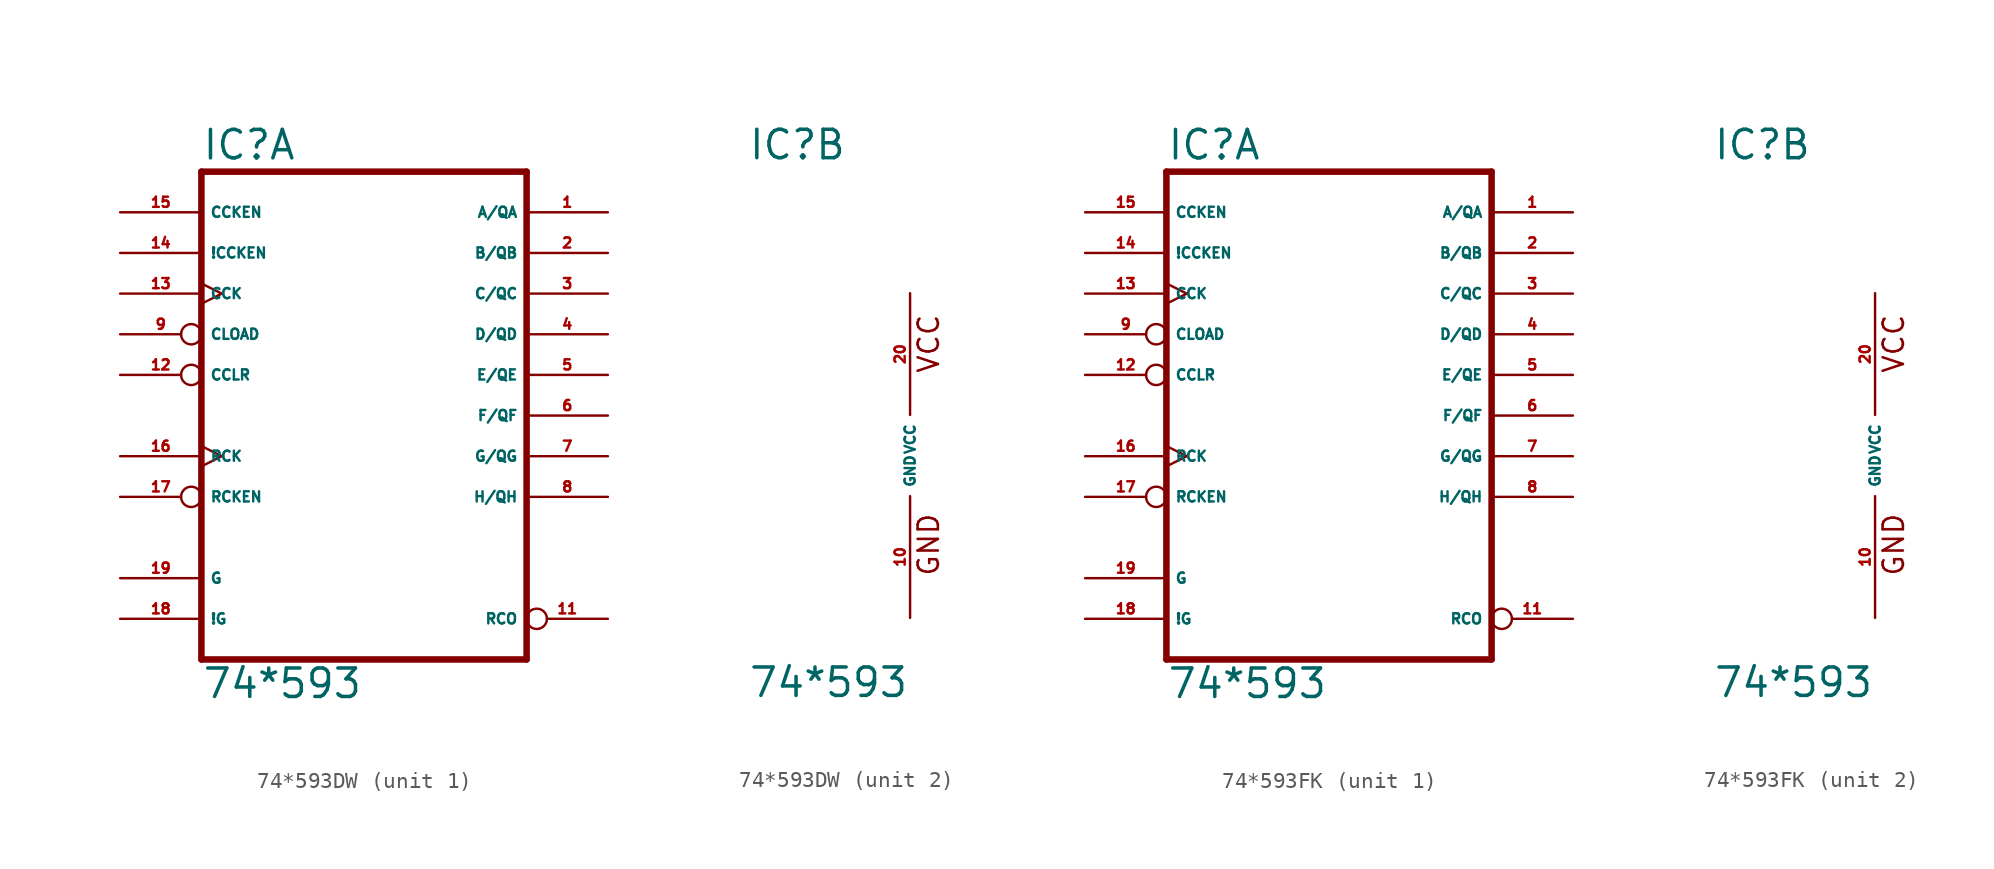
<source format=kicad_sym>
(kicad_symbol_lib
  (version 20220914)
  (generator Eagle2Kicad)
  (symbol "74*593DW"
    (property "Reference" "IC"
      (at -10.16 18.415 0)
      (effects (font (size 1.778 1.778) (thickness 0.22)) (justify left bottom)))
    (property "Value" "74*593"
      (at -10.16 -15.24 0)
      (effects (font (size 1.778 1.778) (thickness 0.22)) (justify left bottom)))
    (symbol "74*593DW_1_0"
      (polyline (pts (xy -10.16 -12.7) (xy 10.16 -12.7)) (stroke (width 0.406) (type default)) (fill (type none)))
      (polyline (pts (xy 10.16 -12.7) (xy 10.16 17.78)) (stroke (width 0.406) (type default)) (fill (type none)))
      (polyline (pts (xy 10.16 17.78) (xy -10.16 17.78)) (stroke (width 0.406) (type default)) (fill (type none)))
      (polyline (pts (xy -10.16 17.78) (xy -10.16 -12.7)) (stroke (width 0.406) (type default)) (fill (type none)))
      (pin bidirectional line (at 15.24 15.24 180) (length 5.08) (name "A/QA" (effects (font (size 0.635 0.635) (thickness 0.08)) (justify left bottom))) (number "1" (effects (font (size 0.635 0.635) (thickness 0.08)) (justify left bottom))))
      (pin bidirectional line (at 15.24 12.7 180) (length 5.08) (name "B/QB" (effects (font (size 0.635 0.635) (thickness 0.08)) (justify left bottom))) (number "2" (effects (font (size 0.635 0.635) (thickness 0.08)) (justify left bottom))))
      (pin bidirectional line (at 15.24 10.16 180) (length 5.08) (name "C/QC" (effects (font (size 0.635 0.635) (thickness 0.08)) (justify left bottom))) (number "3" (effects (font (size 0.635 0.635) (thickness 0.08)) (justify left bottom))))
      (pin bidirectional line (at 15.24 7.62 180) (length 5.08) (name "D/QD" (effects (font (size 0.635 0.635) (thickness 0.08)) (justify left bottom))) (number "4" (effects (font (size 0.635 0.635) (thickness 0.08)) (justify left bottom))))
      (pin bidirectional line (at 15.24 5.08 180) (length 5.08) (name "E/QE" (effects (font (size 0.635 0.635) (thickness 0.08)) (justify left bottom))) (number "5" (effects (font (size 0.635 0.635) (thickness 0.08)) (justify left bottom))))
      (pin bidirectional line (at 15.24 2.54 180) (length 5.08) (name "F/QF" (effects (font (size 0.635 0.635) (thickness 0.08)) (justify left bottom))) (number "6" (effects (font (size 0.635 0.635) (thickness 0.08)) (justify left bottom))))
      (pin bidirectional line (at 15.24 0 180) (length 5.08) (name "G/QG" (effects (font (size 0.635 0.635) (thickness 0.08)) (justify left bottom))) (number "7" (effects (font (size 0.635 0.635) (thickness 0.08)) (justify left bottom))))
      (pin bidirectional line (at 15.24 -2.54 180) (length 5.08) (name "H/QH" (effects (font (size 0.635 0.635) (thickness 0.08)) (justify left bottom))) (number "8" (effects (font (size 0.635 0.635) (thickness 0.08)) (justify left bottom))))
      (pin input inverted (at -15.24 7.62 0) (length 5.08) (name "CLOAD" (effects (font (size 0.635 0.635) (thickness 0.08)) (justify left bottom))) (number "9" (effects (font (size 0.635 0.635) (thickness 0.08)) (justify left bottom))))
      (pin output inverted (at 15.24 -10.16 180) (length 5.08) (name "RCO" (effects (font (size 0.635 0.635) (thickness 0.08)) (justify left bottom))) (number "11" (effects (font (size 0.635 0.635) (thickness 0.08)) (justify left bottom))))
      (pin input inverted (at -15.24 5.08 0) (length 5.08) (name "CCLR" (effects (font (size 0.635 0.635) (thickness 0.08)) (justify left bottom))) (number "12" (effects (font (size 0.635 0.635) (thickness 0.08)) (justify left bottom))))
      (pin input clock (at -15.24 10.16 0) (length 5.08) (name "CCK" (effects (font (size 0.635 0.635) (thickness 0.08)) (justify left bottom))) (number "13" (effects (font (size 0.635 0.635) (thickness 0.08)) (justify left bottom))))
      (pin input line (at -15.24 12.7 0) (length 5.08) (name "!CCKEN" (effects (font (size 0.635 0.635) (thickness 0.08)) (justify left bottom))) (number "14" (effects (font (size 0.635 0.635) (thickness 0.08)) (justify left bottom))))
      (pin input line (at -15.24 15.24 0) (length 5.08) (name "CCKEN" (effects (font (size 0.635 0.635) (thickness 0.08)) (justify left bottom))) (number "15" (effects (font (size 0.635 0.635) (thickness 0.08)) (justify left bottom))))
      (pin input clock (at -15.24 0 0) (length 5.08) (name "RCK" (effects (font (size 0.635 0.635) (thickness 0.08)) (justify left bottom))) (number "16" (effects (font (size 0.635 0.635) (thickness 0.08)) (justify left bottom))))
      (pin input inverted (at -15.24 -2.54 0) (length 5.08) (name "RCKEN" (effects (font (size 0.635 0.635) (thickness 0.08)) (justify left bottom))) (number "17" (effects (font (size 0.635 0.635) (thickness 0.08)) (justify left bottom))))
      (pin input line (at -15.24 -10.16 0) (length 5.08) (name "!G" (effects (font (size 0.635 0.635) (thickness 0.08)) (justify left bottom))) (number "18" (effects (font (size 0.635 0.635) (thickness 0.08)) (justify left bottom))))
      (pin input line (at -15.24 -7.62 0) (length 5.08) (name "G" (effects (font (size 0.635 0.635) (thickness 0.08)) (justify left bottom))) (number "19" (effects (font (size 0.635 0.635) (thickness 0.08)) (justify left bottom)))))
    (symbol "74*593DW_2_0"
      (text "GND" (at 1.905 -7.62 900) (effects (font (size 1.27 1.27) (thickness 0.16)) (justify left bottom)))
      (text "VCC" (at 1.905 5.08 900) (effects (font (size 1.27 1.27) (thickness 0.16)) (justify left bottom)))
      (pin unspecified line (at 0 -10.16 90) (length 7.62) (name "GND" (effects (font (size 0.635 0.635) (thickness 0.08)) (justify left bottom))) (number "10" (effects (font (size 0.635 0.635) (thickness 0.08)) (justify left bottom))))
      (pin unspecified line (at 0 10.16 270) (length 7.62) (name "VCC" (effects (font (size 0.635 0.635) (thickness 0.08)) (justify left bottom))) (number "20" (effects (font (size 0.635 0.635) (thickness 0.08)) (justify left bottom))))))
  (symbol "74*593FK"
    (property "Reference" "IC"
      (at -10.16 18.415 0)
      (effects (font (size 1.778 1.778) (thickness 0.22)) (justify left bottom)))
    (property "Value" "74*593"
      (at -10.16 -15.24 0)
      (effects (font (size 1.778 1.778) (thickness 0.22)) (justify left bottom)))
    (symbol "74*593FK_1_0"
      (polyline (pts (xy -10.16 -12.7) (xy 10.16 -12.7)) (stroke (width 0.406) (type default)) (fill (type none)))
      (polyline (pts (xy 10.16 -12.7) (xy 10.16 17.78)) (stroke (width 0.406) (type default)) (fill (type none)))
      (polyline (pts (xy 10.16 17.78) (xy -10.16 17.78)) (stroke (width 0.406) (type default)) (fill (type none)))
      (polyline (pts (xy -10.16 17.78) (xy -10.16 -12.7)) (stroke (width 0.406) (type default)) (fill (type none)))
      (pin bidirectional line (at 15.24 15.24 180) (length 5.08) (name "A/QA" (effects (font (size 0.635 0.635) (thickness 0.08)) (justify left bottom))) (number "1" (effects (font (size 0.635 0.635) (thickness 0.08)) (justify left bottom))))
      (pin bidirectional line (at 15.24 12.7 180) (length 5.08) (name "B/QB" (effects (font (size 0.635 0.635) (thickness 0.08)) (justify left bottom))) (number "2" (effects (font (size 0.635 0.635) (thickness 0.08)) (justify left bottom))))
      (pin bidirectional line (at 15.24 10.16 180) (length 5.08) (name "C/QC" (effects (font (size 0.635 0.635) (thickness 0.08)) (justify left bottom))) (number "3" (effects (font (size 0.635 0.635) (thickness 0.08)) (justify left bottom))))
      (pin bidirectional line (at 15.24 7.62 180) (length 5.08) (name "D/QD" (effects (font (size 0.635 0.635) (thickness 0.08)) (justify left bottom))) (number "4" (effects (font (size 0.635 0.635) (thickness 0.08)) (justify left bottom))))
      (pin bidirectional line (at 15.24 5.08 180) (length 5.08) (name "E/QE" (effects (font (size 0.635 0.635) (thickness 0.08)) (justify left bottom))) (number "5" (effects (font (size 0.635 0.635) (thickness 0.08)) (justify left bottom))))
      (pin bidirectional line (at 15.24 2.54 180) (length 5.08) (name "F/QF" (effects (font (size 0.635 0.635) (thickness 0.08)) (justify left bottom))) (number "6" (effects (font (size 0.635 0.635) (thickness 0.08)) (justify left bottom))))
      (pin bidirectional line (at 15.24 0 180) (length 5.08) (name "G/QG" (effects (font (size 0.635 0.635) (thickness 0.08)) (justify left bottom))) (number "7" (effects (font (size 0.635 0.635) (thickness 0.08)) (justify left bottom))))
      (pin bidirectional line (at 15.24 -2.54 180) (length 5.08) (name "H/QH" (effects (font (size 0.635 0.635) (thickness 0.08)) (justify left bottom))) (number "8" (effects (font (size 0.635 0.635) (thickness 0.08)) (justify left bottom))))
      (pin input inverted (at -15.24 7.62 0) (length 5.08) (name "CLOAD" (effects (font (size 0.635 0.635) (thickness 0.08)) (justify left bottom))) (number "9" (effects (font (size 0.635 0.635) (thickness 0.08)) (justify left bottom))))
      (pin output inverted (at 15.24 -10.16 180) (length 5.08) (name "RCO" (effects (font (size 0.635 0.635) (thickness 0.08)) (justify left bottom))) (number "11" (effects (font (size 0.635 0.635) (thickness 0.08)) (justify left bottom))))
      (pin input inverted (at -15.24 5.08 0) (length 5.08) (name "CCLR" (effects (font (size 0.635 0.635) (thickness 0.08)) (justify left bottom))) (number "12" (effects (font (size 0.635 0.635) (thickness 0.08)) (justify left bottom))))
      (pin input clock (at -15.24 10.16 0) (length 5.08) (name "CCK" (effects (font (size 0.635 0.635) (thickness 0.08)) (justify left bottom))) (number "13" (effects (font (size 0.635 0.635) (thickness 0.08)) (justify left bottom))))
      (pin input line (at -15.24 12.7 0) (length 5.08) (name "!CCKEN" (effects (font (size 0.635 0.635) (thickness 0.08)) (justify left bottom))) (number "14" (effects (font (size 0.635 0.635) (thickness 0.08)) (justify left bottom))))
      (pin input line (at -15.24 15.24 0) (length 5.08) (name "CCKEN" (effects (font (size 0.635 0.635) (thickness 0.08)) (justify left bottom))) (number "15" (effects (font (size 0.635 0.635) (thickness 0.08)) (justify left bottom))))
      (pin input clock (at -15.24 0 0) (length 5.08) (name "RCK" (effects (font (size 0.635 0.635) (thickness 0.08)) (justify left bottom))) (number "16" (effects (font (size 0.635 0.635) (thickness 0.08)) (justify left bottom))))
      (pin input inverted (at -15.24 -2.54 0) (length 5.08) (name "RCKEN" (effects (font (size 0.635 0.635) (thickness 0.08)) (justify left bottom))) (number "17" (effects (font (size 0.635 0.635) (thickness 0.08)) (justify left bottom))))
      (pin input line (at -15.24 -10.16 0) (length 5.08) (name "!G" (effects (font (size 0.635 0.635) (thickness 0.08)) (justify left bottom))) (number "18" (effects (font (size 0.635 0.635) (thickness 0.08)) (justify left bottom))))
      (pin input line (at -15.24 -7.62 0) (length 5.08) (name "G" (effects (font (size 0.635 0.635) (thickness 0.08)) (justify left bottom))) (number "19" (effects (font (size 0.635 0.635) (thickness 0.08)) (justify left bottom)))))
    (symbol "74*593FK_2_0"
      (text "GND" (at 1.905 -7.62 900) (effects (font (size 1.27 1.27) (thickness 0.16)) (justify left bottom)))
      (text "VCC" (at 1.905 5.08 900) (effects (font (size 1.27 1.27) (thickness 0.16)) (justify left bottom)))
      (pin unspecified line (at 0 -10.16 90) (length 7.62) (name "GND" (effects (font (size 0.635 0.635) (thickness 0.08)) (justify left bottom))) (number "10" (effects (font (size 0.635 0.635) (thickness 0.08)) (justify left bottom))))
      (pin unspecified line (at 0 10.16 270) (length 7.62) (name "VCC" (effects (font (size 0.635 0.635) (thickness 0.08)) (justify left bottom))) (number "20" (effects (font (size 0.635 0.635) (thickness 0.08)) (justify left bottom)))))))
</source>
